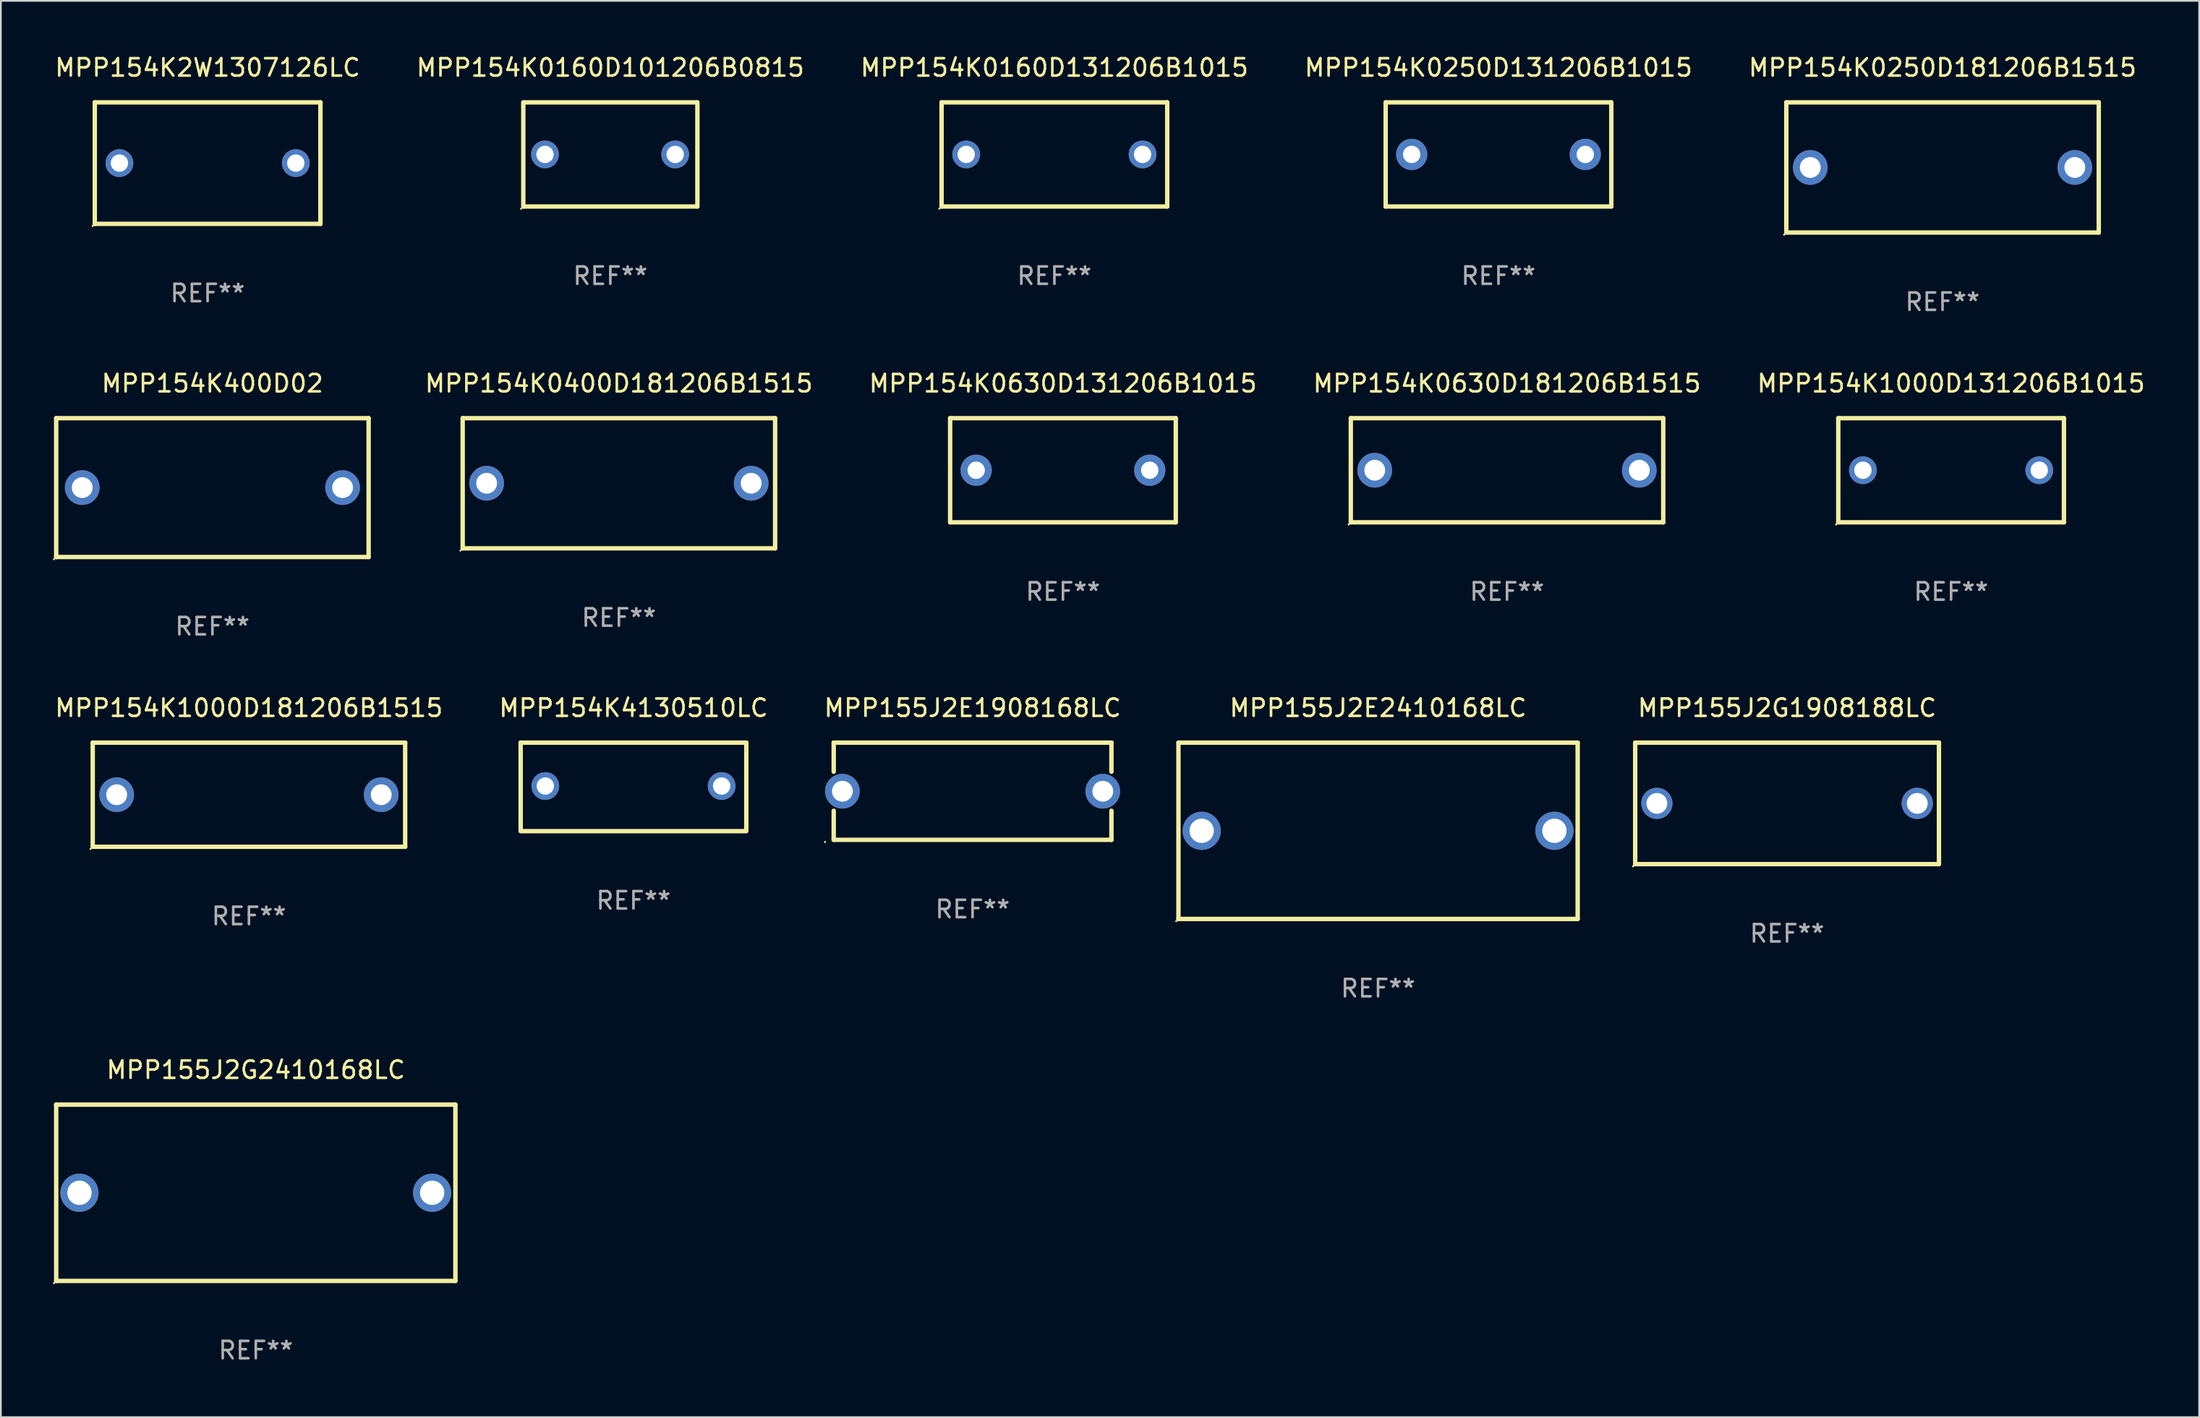
<source format=kicad_pcb>
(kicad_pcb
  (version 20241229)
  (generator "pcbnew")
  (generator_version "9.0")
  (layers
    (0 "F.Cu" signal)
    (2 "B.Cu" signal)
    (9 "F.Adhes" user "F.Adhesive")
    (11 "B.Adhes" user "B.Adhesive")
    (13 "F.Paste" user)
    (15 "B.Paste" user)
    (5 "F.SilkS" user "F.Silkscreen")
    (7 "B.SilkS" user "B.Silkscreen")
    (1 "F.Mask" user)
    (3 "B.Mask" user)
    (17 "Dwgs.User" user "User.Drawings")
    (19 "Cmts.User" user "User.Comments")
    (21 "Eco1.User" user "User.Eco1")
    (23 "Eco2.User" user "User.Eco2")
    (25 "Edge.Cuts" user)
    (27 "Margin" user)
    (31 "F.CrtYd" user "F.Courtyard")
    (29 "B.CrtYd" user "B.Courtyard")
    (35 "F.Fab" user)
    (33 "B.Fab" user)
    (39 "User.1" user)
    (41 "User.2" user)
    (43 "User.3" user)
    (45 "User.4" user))
  (footprint "MPP154K1000D181206B1515"
    (layer "F.Cu")
    (at 11.292 42.741)
    (property "Reference" "MPP154K1000D181206B1515" (at 0 -5 0) (layer "F.SilkS") (effects (font (size 1 1) (thickness 0.15))))
    (attr through_hole)
    (fp_line (start -9 -3) (end 9 -3) (stroke (width 0.254) (type solid)) (layer "F.SilkS"))
    (fp_line (start -9 3) (end -9 -3) (stroke (width 0.254) (type solid)) (layer "F.SilkS"))
    (fp_line (start 9 -3) (end 9 3) (stroke (width 0.254) (type solid)) (layer "F.SilkS"))
    (fp_line (start 9 3) (end -9 3) (stroke (width 0.254) (type solid)) (layer "F.SilkS"))
    (fp_circle (center -9.127 3.127) (end -9.097 3.127) (stroke (width 0.06) (type solid)) (fill no) (layer "F.SilkS"))
    (fp_text user "REF**" (at 0 7 0) (layer "F.Fab") (effects (font (size 1 1) (thickness 0.15))))
    (pad "1" thru_hole circle (at -7.62 0) (size 2 2) (drill 1.2) (layers "*.Cu" "*.Mask"))
    (pad "2" thru_hole circle (at 7.62 0) (size 2 2) (drill 1.2) (layers "*.Cu" "*.Mask")))
  (footprint "MPP154K0160D131206B1015"
    (layer "F.Cu")
    (at 57.696 5.848)
    (property "Reference" "MPP154K0160D131206B1015" (at 0 -5 0) (layer "F.SilkS") (effects (font (size 1 1) (thickness 0.15))))
    (attr through_hole)
    (fp_line (start -6.5 -3) (end 6.5 -3) (stroke (width 0.254) (type solid)) (layer "F.SilkS"))
    (fp_line (start -6.5 3) (end -6.5 -3) (stroke (width 0.254) (type solid)) (layer "F.SilkS"))
    (fp_line (start 6.5 -3) (end 6.5 3) (stroke (width 0.254) (type solid)) (layer "F.SilkS"))
    (fp_line (start 6.5 3) (end -6.5 3) (stroke (width 0.254) (type solid)) (layer "F.SilkS"))
    (fp_circle (center -6.627 3.127) (end -6.597 3.127) (stroke (width 0.06) (type solid)) (fill no) (layer "F.SilkS"))
    (fp_text user "REF**" (at 0 7 0) (layer "F.Fab") (effects (font (size 1 1) (thickness 0.15))))
    (pad "1" thru_hole circle (at -5.08 0) (size 1.6 1.6) (drill 1) (layers "*.Cu" "*.Mask"))
    (pad "2" thru_hole circle (at 5.08 0) (size 1.6 1.6) (drill 1) (layers "*.Cu" "*.Mask")))
  (footprint "MPP154K400D02"
    (layer "F.Cu")
    (at 9.187 25.045)
    (property "Reference" "MPP154K400D02" (at 0 -6 0) (layer "F.SilkS") (effects (font (size 1 1) (thickness 0.15))))
    (attr through_hole)
    (fp_line (start -9 -4) (end 9 -4) (stroke (width 0.254) (type solid)) (layer "F.SilkS"))
    (fp_line (start -9 4) (end -9 -4) (stroke (width 0.254) (type solid)) (layer "F.SilkS"))
    (fp_line (start 9 -4) (end 9 4) (stroke (width 0.254) (type solid)) (layer "F.SilkS"))
    (fp_line (start 9 4) (end -9 4) (stroke (width 0.254) (type solid)) (layer "F.SilkS"))
    (fp_circle (center -9.127 4.127) (end -9.097 4.127) (stroke (width 0.06) (type solid)) (fill no) (layer "F.SilkS"))
    (fp_text user "REF**" (at 0 8 0) (layer "F.Fab") (effects (font (size 1 1) (thickness 0.15))))
    (pad "1" thru_hole circle (at -7.5 0) (size 2 2) (drill 1.2) (layers "*.Cu" "*.Mask"))
    (pad "2" thru_hole circle (at 7.5 0) (size 2 2) (drill 1.2) (layers "*.Cu" "*.Mask")))
  (footprint "MPP154K0630D181206B1515"
    (layer "F.Cu")
    (at 83.772 24.045)
    (property "Reference" "MPP154K0630D181206B1515" (at 0 -5 0) (layer "F.SilkS") (effects (font (size 1 1) (thickness 0.15))))
    (attr through_hole)
    (fp_line (start -9 -3) (end 9 -3) (stroke (width 0.254) (type solid)) (layer "F.SilkS"))
    (fp_line (start -9 3) (end -9 -3) (stroke (width 0.254) (type solid)) (layer "F.SilkS"))
    (fp_line (start 9 -3) (end 9 3) (stroke (width 0.254) (type solid)) (layer "F.SilkS"))
    (fp_line (start 9 3) (end -9 3) (stroke (width 0.254) (type solid)) (layer "F.SilkS"))
    (fp_circle (center -9.127 3.127) (end -9.097 3.127) (stroke (width 0.06) (type solid)) (fill no) (layer "F.SilkS"))
    (fp_text user "REF**" (at 0 7 0) (layer "F.Fab") (effects (font (size 1 1) (thickness 0.15))))
    (pad "1" thru_hole circle (at -7.62 0) (size 2 2) (drill 1.2) (layers "*.Cu" "*.Mask"))
    (pad "2" thru_hole circle (at 7.62 0) (size 2 2) (drill 1.2) (layers "*.Cu" "*.Mask")))
  (footprint "MPP154K0250D131206B1015"
    (layer "F.Cu")
    (at 83.28 5.848)
    (property "Reference" "MPP154K0250D131206B1015" (at 0 -5 0) (layer "F.SilkS") (effects (font (size 1 1) (thickness 0.15))))
    (attr through_hole)
    (fp_line (start -6.5 -3) (end 6.5 -3) (stroke (width 0.254) (type solid)) (layer "F.SilkS"))
    (fp_line (start -6.5 3) (end -6.5 -3) (stroke (width 0.254) (type solid)) (layer "F.SilkS"))
    (fp_line (start 6.5 -3) (end 6.5 3) (stroke (width 0.254) (type solid)) (layer "F.SilkS"))
    (fp_line (start 6.5 3) (end -6.5 3) (stroke (width 0.254) (type solid)) (layer "F.SilkS"))
    (fp_circle (center -6.5 3) (end -6.47 3) (stroke (width 0.06) (type solid)) (fill no) (layer "F.SilkS"))
    (fp_text user "REF**" (at 0 7 0) (layer "F.Fab") (effects (font (size 1 1) (thickness 0.15))))
    (pad "1" thru_hole circle (at -5 0) (size 1.8 1.8) (drill 1) (layers "*.Cu" "*.Mask"))
    (pad "2" thru_hole circle (at 5 0) (size 1.8 1.8) (drill 1) (layers "*.Cu" "*.Mask")))
  (footprint "MPP154K4130510LC"
    (layer "F.Cu")
    (at 33.446 42.291)
    (property "Reference" "MPP154K4130510LC" (at 0 -4.55 0) (layer "F.SilkS") (effects (font (size 1 1) (thickness 0.15))))
    (attr through_hole)
    (fp_line (start -6.5 -2.55) (end 6.5 -2.55) (stroke (width 0.254) (type solid)) (layer "F.SilkS"))
    (fp_line (start -6.5 2.45) (end -6.5 -2.55) (stroke (width 0.254) (type solid)) (layer "F.SilkS"))
    (fp_line (start 6.5 -2.55) (end 6.5 2.45) (stroke (width 0.254) (type solid)) (layer "F.SilkS"))
    (fp_line (start 6.5 2.55) (end -6.5 2.55) (stroke (width 0.254) (type solid)) (layer "F.SilkS"))
    (fp_circle (center -6.5 2.45) (end -6.47 2.45) (stroke (width 0.06) (type solid)) (fill no) (layer "F.SilkS"))
    (fp_text user "REF**" (at 0 6.55 0) (layer "F.Fab") (effects (font (size 1 1) (thickness 0.15))))
    (pad "1" thru_hole circle (at -5.08 -0.05) (size 1.6 1.6) (drill 1) (layers "*.Cu" "*.Mask"))
    (pad "2" thru_hole circle (at 5.08 -0.05) (size 1.6 1.6) (drill 1) (layers "*.Cu" "*.Mask")))
  (footprint "MPP154K0250D181206B1515"
    (layer "F.Cu")
    (at 108.863 6.598)
    (property "Reference" "MPP154K0250D181206B1515" (at 0 -5.75 0) (layer "F.SilkS") (effects (font (size 1 1) (thickness 0.15))))
    (attr through_hole)
    (fp_line (start -9 -3.75) (end 9 -3.75) (stroke (width 0.254) (type solid)) (layer "F.SilkS"))
    (fp_line (start -9 3.75) (end -9 -3.75) (stroke (width 0.254) (type solid)) (layer "F.SilkS"))
    (fp_line (start 9 -3.75) (end 9 3.75) (stroke (width 0.254) (type solid)) (layer "F.SilkS"))
    (fp_line (start 9 3.75) (end -9 3.75) (stroke (width 0.254) (type solid)) (layer "F.SilkS"))
    (fp_circle (center -9.127 3.877) (end -9.097 3.877) (stroke (width 0.06) (type solid)) (fill no) (layer "F.SilkS"))
    (fp_text user "REF**" (at 0 7.75 0) (layer "F.Fab") (effects (font (size 1 1) (thickness 0.15))))
    (pad "1" thru_hole circle (at -7.62 0) (size 2 2) (drill 1.2) (layers "*.Cu" "*.Mask"))
    (pad "2" thru_hole circle (at 7.62 0) (size 2 2) (drill 1.2) (layers "*.Cu" "*.Mask")))
  (footprint "MPP155J2E2410168LC"
    (layer "F.Cu")
    (at 76.342 44.821)
    (property "Reference" "MPP155J2E2410168LC" (at 0 -7.08 0) (layer "F.SilkS") (effects (font (size 1 1) (thickness 0.15))))
    (attr through_hole)
    (fp_line (start -11.5 -5.08) (end -11.5 5.08) (stroke (width 0.254) (type solid)) (layer "F.SilkS"))
    (fp_line (start -11.5 -5.08) (end 11.5 -5.08) (stroke (width 0.254) (type solid)) (layer "F.SilkS"))
    (fp_line (start 11.5 5.08) (end -11.5 5.08) (stroke (width 0.254) (type solid)) (layer "F.SilkS"))
    (fp_line (start 11.5 5.08) (end 11.5 -5.08) (stroke (width 0.254) (type solid)) (layer "F.SilkS"))
    (fp_circle (center -11.627 5.207) (end -11.597 5.207) (stroke (width 0.06) (type solid)) (fill no) (layer "F.SilkS"))
    (fp_text user "REF**" (at 0 9.08 0) (layer "F.Fab") (effects (font (size 1 1) (thickness 0.15))))
    (pad "1" thru_hole circle (at -10.16 0) (size 2.2 2.2) (drill 1.4) (layers "*.Cu" "*.Mask"))
    (pad "2" thru_hole circle (at 10.16 0) (size 2.2 2.2) (drill 1.4) (layers "*.Cu" "*.Mask")))
  (footprint "MPP154K2W1307126LC"
    (layer "F.Cu")
    (at 8.911 6.348)
    (property "Reference" "MPP154K2W1307126LC" (at 0 -5.5 0) (layer "F.SilkS") (effects (font (size 1 1) (thickness 0.15))))
    (attr through_hole)
    (fp_line (start -6.5 -3.5) (end 6.5 -3.5) (stroke (width 0.254) (type solid)) (layer "F.SilkS"))
    (fp_line (start -6.5 3.5) (end -6.5 -3.5) (stroke (width 0.254) (type solid)) (layer "F.SilkS"))
    (fp_line (start 6.5 -3.5) (end 6.5 3.5) (stroke (width 0.254) (type solid)) (layer "F.SilkS"))
    (fp_line (start 6.5 3.5) (end -6.5 3.5) (stroke (width 0.254) (type solid)) (layer "F.SilkS"))
    (fp_circle (center -6.627 3.627) (end -6.597 3.627) (stroke (width 0.06) (type solid)) (fill no) (layer "F.SilkS"))
    (fp_text user "REF**" (at 0 7.5 0) (layer "F.Fab") (effects (font (size 1 1) (thickness 0.15))))
    (pad "1" thru_hole circle (at -5.08 -0.000127) (size 1.6 1.6) (drill 1) (layers "*.Cu" "*.Mask"))
    (pad "2" thru_hole circle (at 5.08 -0.000127) (size 1.6 1.6) (drill 1) (layers "*.Cu" "*.Mask")))
  (footprint "MPP155J2G2410168LC"
    (layer "F.Cu")
    (at 11.687 65.678)
    (property "Reference" "MPP155J2G2410168LC" (at 0 -7.08 0) (layer "F.SilkS") (effects (font (size 1 1) (thickness 0.15))))
    (attr through_hole)
    (fp_line (start -11.5 -5.08) (end -11.5 5.08) (stroke (width 0.254) (type solid)) (layer "F.SilkS"))
    (fp_line (start -11.5 -5.08) (end 11.5 -5.08) (stroke (width 0.254) (type solid)) (layer "F.SilkS"))
    (fp_line (start 11.5 5.08) (end -11.5 5.08) (stroke (width 0.254) (type solid)) (layer "F.SilkS"))
    (fp_line (start 11.5 5.08) (end 11.5 -5.08) (stroke (width 0.254) (type solid)) (layer "F.SilkS"))
    (fp_circle (center -11.627 5.207) (end -11.597 5.207) (stroke (width 0.06) (type solid)) (fill no) (layer "F.SilkS"))
    (fp_text user "REF**" (at 0 9.08 0) (layer "F.Fab") (effects (font (size 1 1) (thickness 0.15))))
    (pad "1" thru_hole circle (at -10.16 0) (size 2.2 2.2) (drill 1.4) (layers "*.Cu" "*.Mask"))
    (pad "2" thru_hole circle (at 10.16 0) (size 2.2 2.2) (drill 1.4) (layers "*.Cu" "*.Mask")))
  (footprint "MPP154K1000D131206B1015"
    (layer "F.Cu")
    (at 109.356 24.045)
    (property "Reference" "MPP154K1000D131206B1015" (at 0 -5 0) (layer "F.SilkS") (effects (font (size 1 1) (thickness 0.15))))
    (attr through_hole)
    (fp_line (start -6.5 -3) (end 6.5 -3) (stroke (width 0.254) (type solid)) (layer "F.SilkS"))
    (fp_line (start -6.5 3) (end -6.5 -3) (stroke (width 0.254) (type solid)) (layer "F.SilkS"))
    (fp_line (start 6.5 -3) (end 6.5 3) (stroke (width 0.254) (type solid)) (layer "F.SilkS"))
    (fp_line (start 6.5 3) (end -6.5 3) (stroke (width 0.254) (type solid)) (layer "F.SilkS"))
    (fp_circle (center -6.627 3.127) (end -6.597 3.127) (stroke (width 0.06) (type solid)) (fill no) (layer "F.SilkS"))
    (fp_text user "REF**" (at 0 7 0) (layer "F.Fab") (effects (font (size 1 1) (thickness 0.15))))
    (pad "1" thru_hole circle (at -5.08 0) (size 1.6 1.6) (drill 1) (layers "*.Cu" "*.Mask"))
    (pad "2" thru_hole circle (at 5.08 0) (size 1.6 1.6) (drill 1) (layers "*.Cu" "*.Mask")))
  (footprint "MPP155J2G1908188LC"
    (layer "F.Cu")
    (at 99.906 43.241)
    (property "Reference" "MPP155J2G1908188LC" (at 0 -5.5 0) (layer "F.SilkS") (effects (font (size 1 1) (thickness 0.15))))
    (attr through_hole)
    (fp_line (start -8.75 -3.5) (end 8.75 -3.5) (stroke (width 0.254) (type solid)) (layer "F.SilkS"))
    (fp_line (start -8.75 3.5) (end -8.75 -3.5) (stroke (width 0.254) (type solid)) (layer "F.SilkS"))
    (fp_line (start 8.75 -3.5) (end 8.75 3.5) (stroke (width 0.254) (type solid)) (layer "F.SilkS"))
    (fp_line (start 8.75 3.5) (end -8.75 3.5) (stroke (width 0.254) (type solid)) (layer "F.SilkS"))
    (fp_circle (center -8.877 3.627) (end -8.847 3.627) (stroke (width 0.06) (type solid)) (fill no) (layer "F.SilkS"))
    (fp_text user "REF**" (at 0 7.5 0) (layer "F.Fab") (effects (font (size 1 1) (thickness 0.15))))
    (pad "1" thru_hole circle (at -7.501 0) (size 1.8 1.8) (drill 1.2) (layers "*.Cu" "*.Mask"))
    (pad "2" thru_hole circle (at 7.501 0) (size 1.8 1.8) (drill 1.2) (layers "*.Cu" "*.Mask")))
  (footprint "MPP154K0400D181206B1515"
    (layer "F.Cu")
    (at 32.606 24.795)
    (property "Reference" "MPP154K0400D181206B1515" (at 0 -5.75 0) (layer "F.SilkS") (effects (font (size 1 1) (thickness 0.15))))
    (attr through_hole)
    (fp_line (start -9 -3.75) (end 9 -3.75) (stroke (width 0.254) (type solid)) (layer "F.SilkS"))
    (fp_line (start -9 3.75) (end -9 -3.75) (stroke (width 0.254) (type solid)) (layer "F.SilkS"))
    (fp_line (start 9 -3.75) (end 9 3.75) (stroke (width 0.254) (type solid)) (layer "F.SilkS"))
    (fp_line (start 9 3.75) (end -9 3.75) (stroke (width 0.254) (type solid)) (layer "F.SilkS"))
    (fp_circle (center -9.127 3.877) (end -9.097 3.877) (stroke (width 0.06) (type solid)) (fill no) (layer "F.SilkS"))
    (fp_text user "REF**" (at 0 7.75 0) (layer "F.Fab") (effects (font (size 1 1) (thickness 0.15))))
    (pad "1" thru_hole circle (at -7.62 0) (size 2 2) (drill 1.2) (layers "*.Cu" "*.Mask"))
    (pad "2" thru_hole circle (at 7.62 0) (size 2 2) (drill 1.2) (layers "*.Cu" "*.Mask")))
  (footprint "MPP155J2E1908168LC"
    (layer "F.Cu")
    (at 52.982 42.541)
    (property "Reference" "MPP155J2E1908168LC" (at 0 -4.8 0) (layer "F.SilkS") (effects (font (size 1 1) (thickness 0.15))))
    (attr through_hole)
    (fp_line (start -8 -2.8) (end 8 -2.8) (stroke (width 0.254) (type solid)) (layer "F.SilkS"))
    (fp_line (start -8 -1.125) (end -8 -2.8) (stroke (width 0.254) (type solid)) (layer "F.SilkS"))
    (fp_line (start -8 2.8) (end -8 1.125) (stroke (width 0.254) (type solid)) (layer "F.SilkS"))
    (fp_line (start 8 -2.8) (end 8 -1.125) (stroke (width 0.254) (type solid)) (layer "F.SilkS"))
    (fp_line (start 8 1.125) (end 8 2.8) (stroke (width 0.254) (type solid)) (layer "F.SilkS"))
    (fp_line (start 8 2.8) (end -8 2.8) (stroke (width 0.254) (type solid)) (layer "F.SilkS"))
    (fp_circle (center -8.501 2.927) (end -8.471 2.927) (stroke (width 0.06) (type solid)) (fill no) (layer "F.SilkS"))
    (fp_text user "REF**" (at 0 6.8 0) (layer "F.Fab") (effects (font (size 1 1) (thickness 0.15))))
    (pad "1" thru_hole circle (at -7.501 0) (size 2 2) (drill 1.2) (layers "*.Cu" "*.Mask"))
    (pad "2" thru_hole circle (at 7.501 0) (size 2 2) (drill 1.2) (layers "*.Cu" "*.Mask")))
  (footprint "MPP154K0160D101206B0815"
    (layer "F.Cu")
    (at 32.113 5.848)
    (property "Reference" "MPP154K0160D101206B0815" (at 0 -5 0) (layer "F.SilkS") (effects (font (size 1 1) (thickness 0.15))))
    (attr through_hole)
    (fp_line (start -5.015 3) (end -5.015 -3) (stroke (width 0.254) (type solid)) (layer "F.SilkS"))
    (fp_line (start -5.005 -3) (end 4.995 -3) (stroke (width 0.254) (type solid)) (layer "F.SilkS"))
    (fp_line (start 5.005 3) (end -4.995 3) (stroke (width 0.254) (type solid)) (layer "F.SilkS"))
    (fp_line (start 5.015 -3) (end 5.015 3) (stroke (width 0.254) (type solid)) (layer "F.SilkS"))
    (fp_circle (center -5.142 3.127) (end -5.112 3.127) (stroke (width 0.06) (type solid)) (fill no) (layer "F.SilkS"))
    (fp_text user "REF**" (at 0 7 0) (layer "F.Fab") (effects (font (size 1 1) (thickness 0.15))))
    (pad "1" thru_hole circle (at -3.765 0) (size 1.6 1.6) (drill 1) (layers "*.Cu" "*.Mask"))
    (pad "2" thru_hole circle (at 3.735 0) (size 1.6 1.6) (drill 1) (layers "*.Cu" "*.Mask")))
  (footprint "MPP154K0630D131206B1015"
    (layer "F.Cu")
    (at 58.189 24.045)
    (property "Reference" "MPP154K0630D131206B1015" (at 0 -5 0) (layer "F.SilkS") (effects (font (size 1 1) (thickness 0.15))))
    (attr through_hole)
    (fp_line (start -6.5 -3) (end 6.5 -3) (stroke (width 0.254) (type solid)) (layer "F.SilkS"))
    (fp_line (start -6.5 3) (end -6.5 -3) (stroke (width 0.254) (type solid)) (layer "F.SilkS"))
    (fp_line (start 6.5 -3) (end 6.5 3) (stroke (width 0.254) (type solid)) (layer "F.SilkS"))
    (fp_line (start 6.5 3) (end -6.5 3) (stroke (width 0.254) (type solid)) (layer "F.SilkS"))
    (fp_circle (center -6.5 3) (end -6.47 3) (stroke (width 0.06) (type solid)) (fill no) (layer "F.SilkS"))
    (fp_text user "REF**" (at 0 7 0) (layer "F.Fab") (effects (font (size 1 1) (thickness 0.15))))
    (pad "1" thru_hole circle (at -5 0) (size 1.8 1.8) (drill 1) (layers "*.Cu" "*.Mask"))
    (pad "2" thru_hole circle (at 5 0) (size 1.8 1.8) (drill 1) (layers "*.Cu" "*.Mask")))
  (gr_rect
    (start -3 -3)
    (end 123.647 78.606)
    (stroke (width 0.1) (type default))
    (fill no)
    (layer "Edge.Cuts")))
</source>
